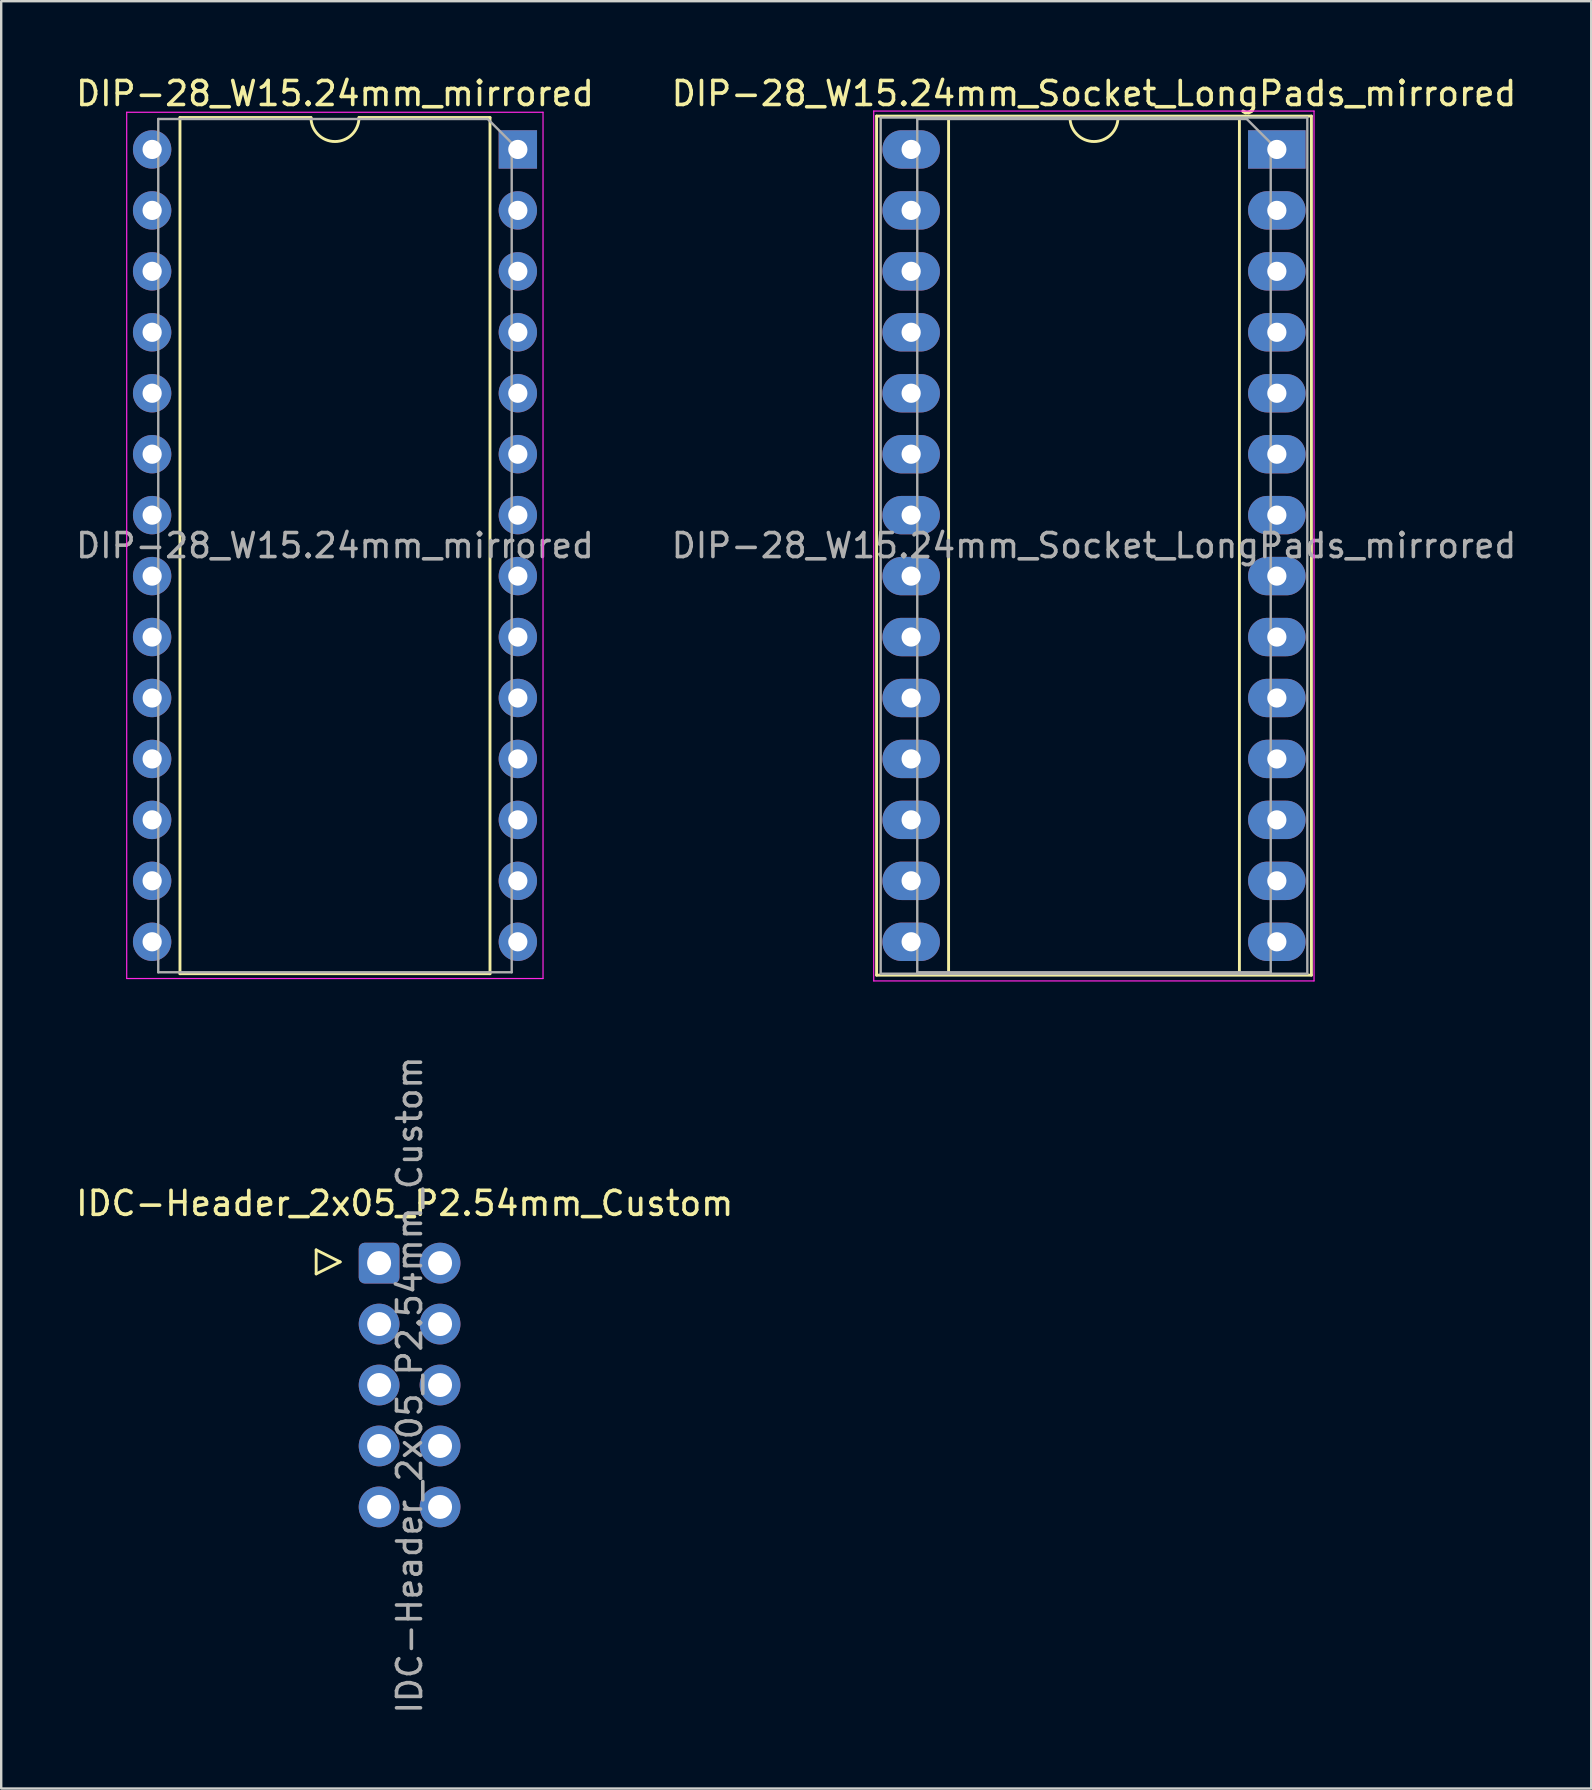
<source format=kicad_pcb>
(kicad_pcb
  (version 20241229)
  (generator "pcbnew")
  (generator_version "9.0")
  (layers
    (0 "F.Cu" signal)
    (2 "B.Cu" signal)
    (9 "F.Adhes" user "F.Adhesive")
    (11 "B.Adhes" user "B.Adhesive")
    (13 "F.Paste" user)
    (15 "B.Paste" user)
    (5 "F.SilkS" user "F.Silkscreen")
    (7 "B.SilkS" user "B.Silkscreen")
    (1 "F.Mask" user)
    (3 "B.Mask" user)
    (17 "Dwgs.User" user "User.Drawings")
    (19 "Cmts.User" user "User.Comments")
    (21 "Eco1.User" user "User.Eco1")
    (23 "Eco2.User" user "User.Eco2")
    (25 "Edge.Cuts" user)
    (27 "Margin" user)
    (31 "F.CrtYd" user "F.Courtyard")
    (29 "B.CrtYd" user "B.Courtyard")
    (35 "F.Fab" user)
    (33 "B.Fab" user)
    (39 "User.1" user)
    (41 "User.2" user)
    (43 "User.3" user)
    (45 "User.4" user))
  (footprint "IDC-Header_2x05_P2.54mm_Custom"
    (layer "F.Cu")
    (at 12.749 49.589)
    (property "Reference" "IDC-Header_2x05_P2.54mm_Custom" (at 1.067 -2.489 0) (layer "F.SilkS") (effects (font (size 1 1) (thickness 0.15))))
    (attr through_hole)
    (fp_line (start -2.623 -0.551) (end -2.623 0.449) (stroke (width 0.12) (type solid)) (layer "F.SilkS"))
    (fp_line (start -2.623 0.449) (end -1.623 -0.051) (stroke (width 0.12) (type solid)) (layer "F.SilkS"))
    (fp_line (start -1.623 -0.051) (end -2.623 -0.551) (stroke (width 0.12) (type solid)) (layer "F.SilkS"))
    (fp_text user "${REFERENCE}" (at 1.27 5.08 270) (layer "F.Fab") (effects (font (size 1 1) (thickness 0.15))))
    (pad "1" thru_hole roundrect (at 0 0) (size 1.7 1.7) (drill 1) (layers "*.Cu" "*.Mask") (roundrect_rratio 0.147))
    (pad "2" thru_hole circle (at 2.54 0) (size 1.7 1.7) (drill 1) (layers "*.Cu" "*.Mask"))
    (pad "3" thru_hole circle (at 0 2.54) (size 1.7 1.7) (drill 1) (layers "*.Cu" "*.Mask"))
    (pad "4" thru_hole circle (at 2.54 2.54) (size 1.7 1.7) (drill 1) (layers "*.Cu" "*.Mask"))
    (pad "5" thru_hole circle (at 0 5.08) (size 1.7 1.7) (drill 1) (layers "*.Cu" "*.Mask"))
    (pad "6" thru_hole circle (at 2.54 5.08) (size 1.7 1.7) (drill 1) (layers "*.Cu" "*.Mask"))
    (pad "7" thru_hole circle (at 0 7.62) (size 1.7 1.7) (drill 1) (layers "*.Cu" "*.Mask"))
    (pad "8" thru_hole circle (at 2.54 7.62) (size 1.7 1.7) (drill 1) (layers "*.Cu" "*.Mask"))
    (pad "9" thru_hole circle (at 0 10.16) (size 1.7 1.7) (drill 1) (layers "*.Cu" "*.Mask"))
    (pad "10" thru_hole circle (at 2.54 10.16) (size 1.7 1.7) (drill 1) (layers "*.Cu" "*.Mask")))
  (footprint "DIP-28_W15.24mm_Socket_LongPads_mirrored"
    (layer "F.Cu")
    (at 34.21 3.178)
    (property "Reference" "DIP-28_W15.24mm_Socket_LongPads_mirrored" (at 8.331 -2.33 180) (layer "F.SilkS") (effects (font (size 1 1) (thickness 0.15))))
    (attr through_hole)
    (fp_line (start -0.729 -1.39) (end 17.391 -1.39) (stroke (width 0.12) (type solid)) (layer "F.SilkS"))
    (fp_line (start -0.729 34.41) (end -0.729 -1.39) (stroke (width 0.12) (type solid)) (layer "F.SilkS"))
    (fp_line (start 2.271 -1.33) (end 7.331 -1.33) (stroke (width 0.12) (type solid)) (layer "F.SilkS"))
    (fp_line (start 2.271 34.35) (end 2.271 -1.33) (stroke (width 0.12) (type solid)) (layer "F.SilkS"))
    (fp_line (start 9.331 -1.33) (end 14.391 -1.33) (stroke (width 0.12) (type solid)) (layer "F.SilkS"))
    (fp_line (start 14.391 -1.33) (end 14.391 34.35) (stroke (width 0.12) (type solid)) (layer "F.SilkS"))
    (fp_line (start 14.391 34.35) (end 2.271 34.35) (stroke (width 0.12) (type solid)) (layer "F.SilkS"))
    (fp_line (start 17.391 -1.39) (end 17.391 34.41) (stroke (width 0.12) (type solid)) (layer "F.SilkS"))
    (fp_line (start 17.391 34.41) (end -0.729 34.41) (stroke (width 0.12) (type solid)) (layer "F.SilkS"))
    (fp_arc (start 9.3312 -1.33) (mid 8.3312 -0.33) (end 7.3312 -1.33) (stroke (width 0.12) (type solid)) (layer "F.SilkS"))
    (fp_line (start -0.849 -1.6) (end 17.501 -1.6) (stroke (width 0.05) (type solid)) (layer "F.CrtYd"))
    (fp_line (start -0.849 34.65) (end -0.849 -1.6) (stroke (width 0.05) (type solid)) (layer "F.CrtYd"))
    (fp_line (start 17.501 -1.6) (end 17.501 34.65) (stroke (width 0.05) (type solid)) (layer "F.CrtYd"))
    (fp_line (start 17.501 34.65) (end -0.849 34.65) (stroke (width 0.05) (type solid)) (layer "F.CrtYd"))
    (fp_line (start -0.559 -1.33) (end 17.221 -1.33) (stroke (width 0.1) (type solid)) (layer "F.Fab"))
    (fp_line (start -0.559 34.35) (end -0.559 -1.33) (stroke (width 0.1) (type solid)) (layer "F.Fab"))
    (fp_line (start 0.966 -1.27) (end 0.966 34.29) (stroke (width 0.1) (type solid)) (layer "F.Fab"))
    (fp_line (start 0.966 34.29) (end 15.696 34.29) (stroke (width 0.1) (type solid)) (layer "F.Fab"))
    (fp_line (start 14.696 -1.27) (end 0.966 -1.27) (stroke (width 0.1) (type solid)) (layer "F.Fab"))
    (fp_line (start 15.696 -0.27) (end 14.696 -1.27) (stroke (width 0.1) (type solid)) (layer "F.Fab"))
    (fp_line (start 15.696 34.29) (end 15.696 -0.27) (stroke (width 0.1) (type solid)) (layer "F.Fab"))
    (fp_line (start 17.221 -1.33) (end 17.221 34.35) (stroke (width 0.1) (type solid)) (layer "F.Fab"))
    (fp_line (start 17.221 34.35) (end -0.559 34.35) (stroke (width 0.1) (type solid)) (layer "F.Fab"))
    (fp_text user "${REFERENCE}" (at 8.331 16.51 180) (layer "F.Fab") (effects (font (size 1 1) (thickness 0.15))))
    (pad "1" thru_hole rect (at 15.951 0) (size 2.4 1.6) (drill 0.8) (layers "*.Cu" "*.Mask"))
    (pad "2" thru_hole oval (at 15.951 2.54) (size 2.4 1.6) (drill 0.8) (layers "*.Cu" "*.Mask"))
    (pad "3" thru_hole oval (at 15.951 5.08) (size 2.4 1.6) (drill 0.8) (layers "*.Cu" "*.Mask"))
    (pad "4" thru_hole oval (at 15.951 7.62) (size 2.4 1.6) (drill 0.8) (layers "*.Cu" "*.Mask"))
    (pad "5" thru_hole oval (at 15.951 10.16) (size 2.4 1.6) (drill 0.8) (layers "*.Cu" "*.Mask"))
    (pad "6" thru_hole oval (at 15.951 12.7) (size 2.4 1.6) (drill 0.8) (layers "*.Cu" "*.Mask"))
    (pad "7" thru_hole oval (at 15.951 15.24) (size 2.4 1.6) (drill 0.8) (layers "*.Cu" "*.Mask"))
    (pad "8" thru_hole oval (at 15.951 17.78) (size 2.4 1.6) (drill 0.8) (layers "*.Cu" "*.Mask"))
    (pad "9" thru_hole oval (at 15.951 20.32) (size 2.4 1.6) (drill 0.8) (layers "*.Cu" "*.Mask"))
    (pad "10" thru_hole oval (at 15.951 22.86) (size 2.4 1.6) (drill 0.8) (layers "*.Cu" "*.Mask"))
    (pad "11" thru_hole oval (at 15.951 25.4) (size 2.4 1.6) (drill 0.8) (layers "*.Cu" "*.Mask"))
    (pad "12" thru_hole oval (at 15.951 27.94) (size 2.4 1.6) (drill 0.8) (layers "*.Cu" "*.Mask"))
    (pad "13" thru_hole oval (at 15.951 30.48) (size 2.4 1.6) (drill 0.8) (layers "*.Cu" "*.Mask"))
    (pad "14" thru_hole oval (at 15.951 33.02) (size 2.4 1.6) (drill 0.8) (layers "*.Cu" "*.Mask"))
    (pad "15" thru_hole oval (at 0.711 33.02) (size 2.4 1.6) (drill 0.8) (layers "*.Cu" "*.Mask"))
    (pad "16" thru_hole oval (at 0.711 30.48) (size 2.4 1.6) (drill 0.8) (layers "*.Cu" "*.Mask"))
    (pad "17" thru_hole oval (at 0.711 27.94) (size 2.4 1.6) (drill 0.8) (layers "*.Cu" "*.Mask"))
    (pad "18" thru_hole oval (at 0.711 25.4) (size 2.4 1.6) (drill 0.8) (layers "*.Cu" "*.Mask"))
    (pad "19" thru_hole oval (at 0.711 22.86) (size 2.4 1.6) (drill 0.8) (layers "*.Cu" "*.Mask"))
    (pad "20" thru_hole oval (at 0.711 20.32) (size 2.4 1.6) (drill 0.8) (layers "*.Cu" "*.Mask"))
    (pad "21" thru_hole oval (at 0.711 17.78) (size 2.4 1.6) (drill 0.8) (layers "*.Cu" "*.Mask"))
    (pad "22" thru_hole oval (at 0.711 15.24) (size 2.4 1.6) (drill 0.8) (layers "*.Cu" "*.Mask"))
    (pad "23" thru_hole oval (at 0.711 12.7) (size 2.4 1.6) (drill 0.8) (layers "*.Cu" "*.Mask"))
    (pad "24" thru_hole oval (at 0.711 10.16) (size 2.4 1.6) (drill 0.8) (layers "*.Cu" "*.Mask"))
    (pad "25" thru_hole oval (at 0.711 7.62) (size 2.4 1.6) (drill 0.8) (layers "*.Cu" "*.Mask"))
    (pad "26" thru_hole oval (at 0.711 5.08) (size 2.4 1.6) (drill 0.8) (layers "*.Cu" "*.Mask"))
    (pad "27" thru_hole oval (at 0.711 2.54) (size 2.4 1.6) (drill 0.8) (layers "*.Cu" "*.Mask"))
    (pad "28" thru_hole oval (at 0.711 0) (size 2.4 1.6) (drill 0.8) (layers "*.Cu" "*.Mask")))
  (footprint "DIP-28_W15.24mm_mirrored"
    (layer "F.Cu")
    (at 10.758 19.561)
    (property "Reference" "DIP-28_W15.24mm_mirrored" (at 0.152 -18.713 0) (layer "F.SilkS") (effects (font (size 1 1) (thickness 0.15))))
    (attr through_hole)
    (fp_line (start -6.308 -17.713) (end -0.848 -17.713) (stroke (width 0.12) (type solid)) (layer "F.SilkS"))
    (fp_line (start -6.308 17.967) (end -6.308 -17.713) (stroke (width 0.12) (type solid)) (layer "F.SilkS"))
    (fp_line (start 1.152 -17.713) (end 6.612 -17.713) (stroke (width 0.12) (type solid)) (layer "F.SilkS"))
    (fp_line (start 6.612 -17.713) (end 6.612 17.967) (stroke (width 0.12) (type solid)) (layer "F.SilkS"))
    (fp_line (start 6.612 17.967) (end -6.308 17.967) (stroke (width 0.12) (type solid)) (layer "F.SilkS"))
    (fp_arc (start 1.1524 -17.713) (mid 0.1524 -16.713) (end -0.8476 -17.713) (stroke (width 0.12) (type solid)) (layer "F.SilkS"))
    (fp_line (start -8.528 -17.933) (end 8.822 -17.933) (stroke (width 0.05) (type solid)) (layer "F.CrtYd"))
    (fp_line (start -8.528 18.167) (end -8.528 -17.933) (stroke (width 0.05) (type solid)) (layer "F.CrtYd"))
    (fp_line (start 8.822 -17.933) (end 8.822 18.167) (stroke (width 0.05) (type solid)) (layer "F.CrtYd"))
    (fp_line (start 8.822 18.167) (end -8.528 18.167) (stroke (width 0.05) (type solid)) (layer "F.CrtYd"))
    (fp_line (start -7.213 -17.653) (end -7.213 17.907) (stroke (width 0.1) (type solid)) (layer "F.Fab"))
    (fp_line (start -7.213 17.907) (end 7.517 17.907) (stroke (width 0.1) (type solid)) (layer "F.Fab"))
    (fp_line (start 6.517 -17.653) (end -7.213 -17.653) (stroke (width 0.1) (type solid)) (layer "F.Fab"))
    (fp_line (start 7.517 -16.653) (end 6.517 -17.653) (stroke (width 0.1) (type solid)) (layer "F.Fab"))
    (fp_line (start 7.517 17.907) (end 7.517 -16.653) (stroke (width 0.1) (type solid)) (layer "F.Fab"))
    (fp_text user "${REFERENCE}" (at 0.152 0.127 0) (layer "F.Fab") (effects (font (size 1 1) (thickness 0.15))))
    (pad "1" thru_hole rect (at 7.772 -16.383) (size 1.6 1.6) (drill 0.8) (layers "*.Cu" "*.Mask"))
    (pad "2" thru_hole oval (at 7.772 -13.843) (size 1.6 1.6) (drill 0.8) (layers "*.Cu" "*.Mask"))
    (pad "3" thru_hole oval (at 7.772 -11.303) (size 1.6 1.6) (drill 0.8) (layers "*.Cu" "*.Mask"))
    (pad "4" thru_hole oval (at 7.772 -8.763) (size 1.6 1.6) (drill 0.8) (layers "*.Cu" "*.Mask"))
    (pad "5" thru_hole oval (at 7.772 -6.223) (size 1.6 1.6) (drill 0.8) (layers "*.Cu" "*.Mask"))
    (pad "6" thru_hole oval (at 7.772 -3.683) (size 1.6 1.6) (drill 0.8) (layers "*.Cu" "*.Mask"))
    (pad "7" thru_hole oval (at 7.772 -1.143) (size 1.6 1.6) (drill 0.8) (layers "*.Cu" "*.Mask"))
    (pad "8" thru_hole oval (at 7.772 1.397) (size 1.6 1.6) (drill 0.8) (layers "*.Cu" "*.Mask"))
    (pad "9" thru_hole oval (at 7.772 3.937) (size 1.6 1.6) (drill 0.8) (layers "*.Cu" "*.Mask"))
    (pad "10" thru_hole oval (at 7.772 6.477) (size 1.6 1.6) (drill 0.8) (layers "*.Cu" "*.Mask"))
    (pad "11" thru_hole oval (at 7.772 9.017) (size 1.6 1.6) (drill 0.8) (layers "*.Cu" "*.Mask"))
    (pad "12" thru_hole oval (at 7.772 11.557) (size 1.6 1.6) (drill 0.8) (layers "*.Cu" "*.Mask"))
    (pad "13" thru_hole oval (at 7.772 14.097) (size 1.6 1.6) (drill 0.8) (layers "*.Cu" "*.Mask"))
    (pad "14" thru_hole oval (at 7.772 16.637) (size 1.6 1.6) (drill 0.8) (layers "*.Cu" "*.Mask"))
    (pad "15" thru_hole oval (at -7.468 16.637) (size 1.6 1.6) (drill 0.8) (layers "*.Cu" "*.Mask"))
    (pad "16" thru_hole oval (at -7.468 14.097) (size 1.6 1.6) (drill 0.8) (layers "*.Cu" "*.Mask"))
    (pad "17" thru_hole oval (at -7.468 11.557) (size 1.6 1.6) (drill 0.8) (layers "*.Cu" "*.Mask"))
    (pad "18" thru_hole oval (at -7.468 9.017) (size 1.6 1.6) (drill 0.8) (layers "*.Cu" "*.Mask"))
    (pad "19" thru_hole oval (at -7.468 6.477) (size 1.6 1.6) (drill 0.8) (layers "*.Cu" "*.Mask"))
    (pad "20" thru_hole oval (at -7.468 3.937) (size 1.6 1.6) (drill 0.8) (layers "*.Cu" "*.Mask"))
    (pad "21" thru_hole oval (at -7.468 1.397) (size 1.6 1.6) (drill 0.8) (layers "*.Cu" "*.Mask"))
    (pad "22" thru_hole oval (at -7.468 -1.143) (size 1.6 1.6) (drill 0.8) (layers "*.Cu" "*.Mask"))
    (pad "23" thru_hole oval (at -7.468 -3.683) (size 1.6 1.6) (drill 0.8) (layers "*.Cu" "*.Mask"))
    (pad "24" thru_hole oval (at -7.468 -6.223) (size 1.6 1.6) (drill 0.8) (layers "*.Cu" "*.Mask"))
    (pad "25" thru_hole oval (at -7.468 -8.763) (size 1.6 1.6) (drill 0.8) (layers "*.Cu" "*.Mask"))
    (pad "26" thru_hole oval (at -7.468 -11.303) (size 1.6 1.6) (drill 0.8) (layers "*.Cu" "*.Mask"))
    (pad "27" thru_hole oval (at -7.468 -13.843) (size 1.6 1.6) (drill 0.8) (layers "*.Cu" "*.Mask"))
    (pad "28" thru_hole oval (at -7.468 -16.383) (size 1.6 1.6) (drill 0.8) (layers "*.Cu" "*.Mask")))
  (gr_rect
    (start -3 -3)
    (end 63.262 71.484)
    (stroke (width 0.1) (type default))
    (fill no)
    (layer "Edge.Cuts")))
</source>
